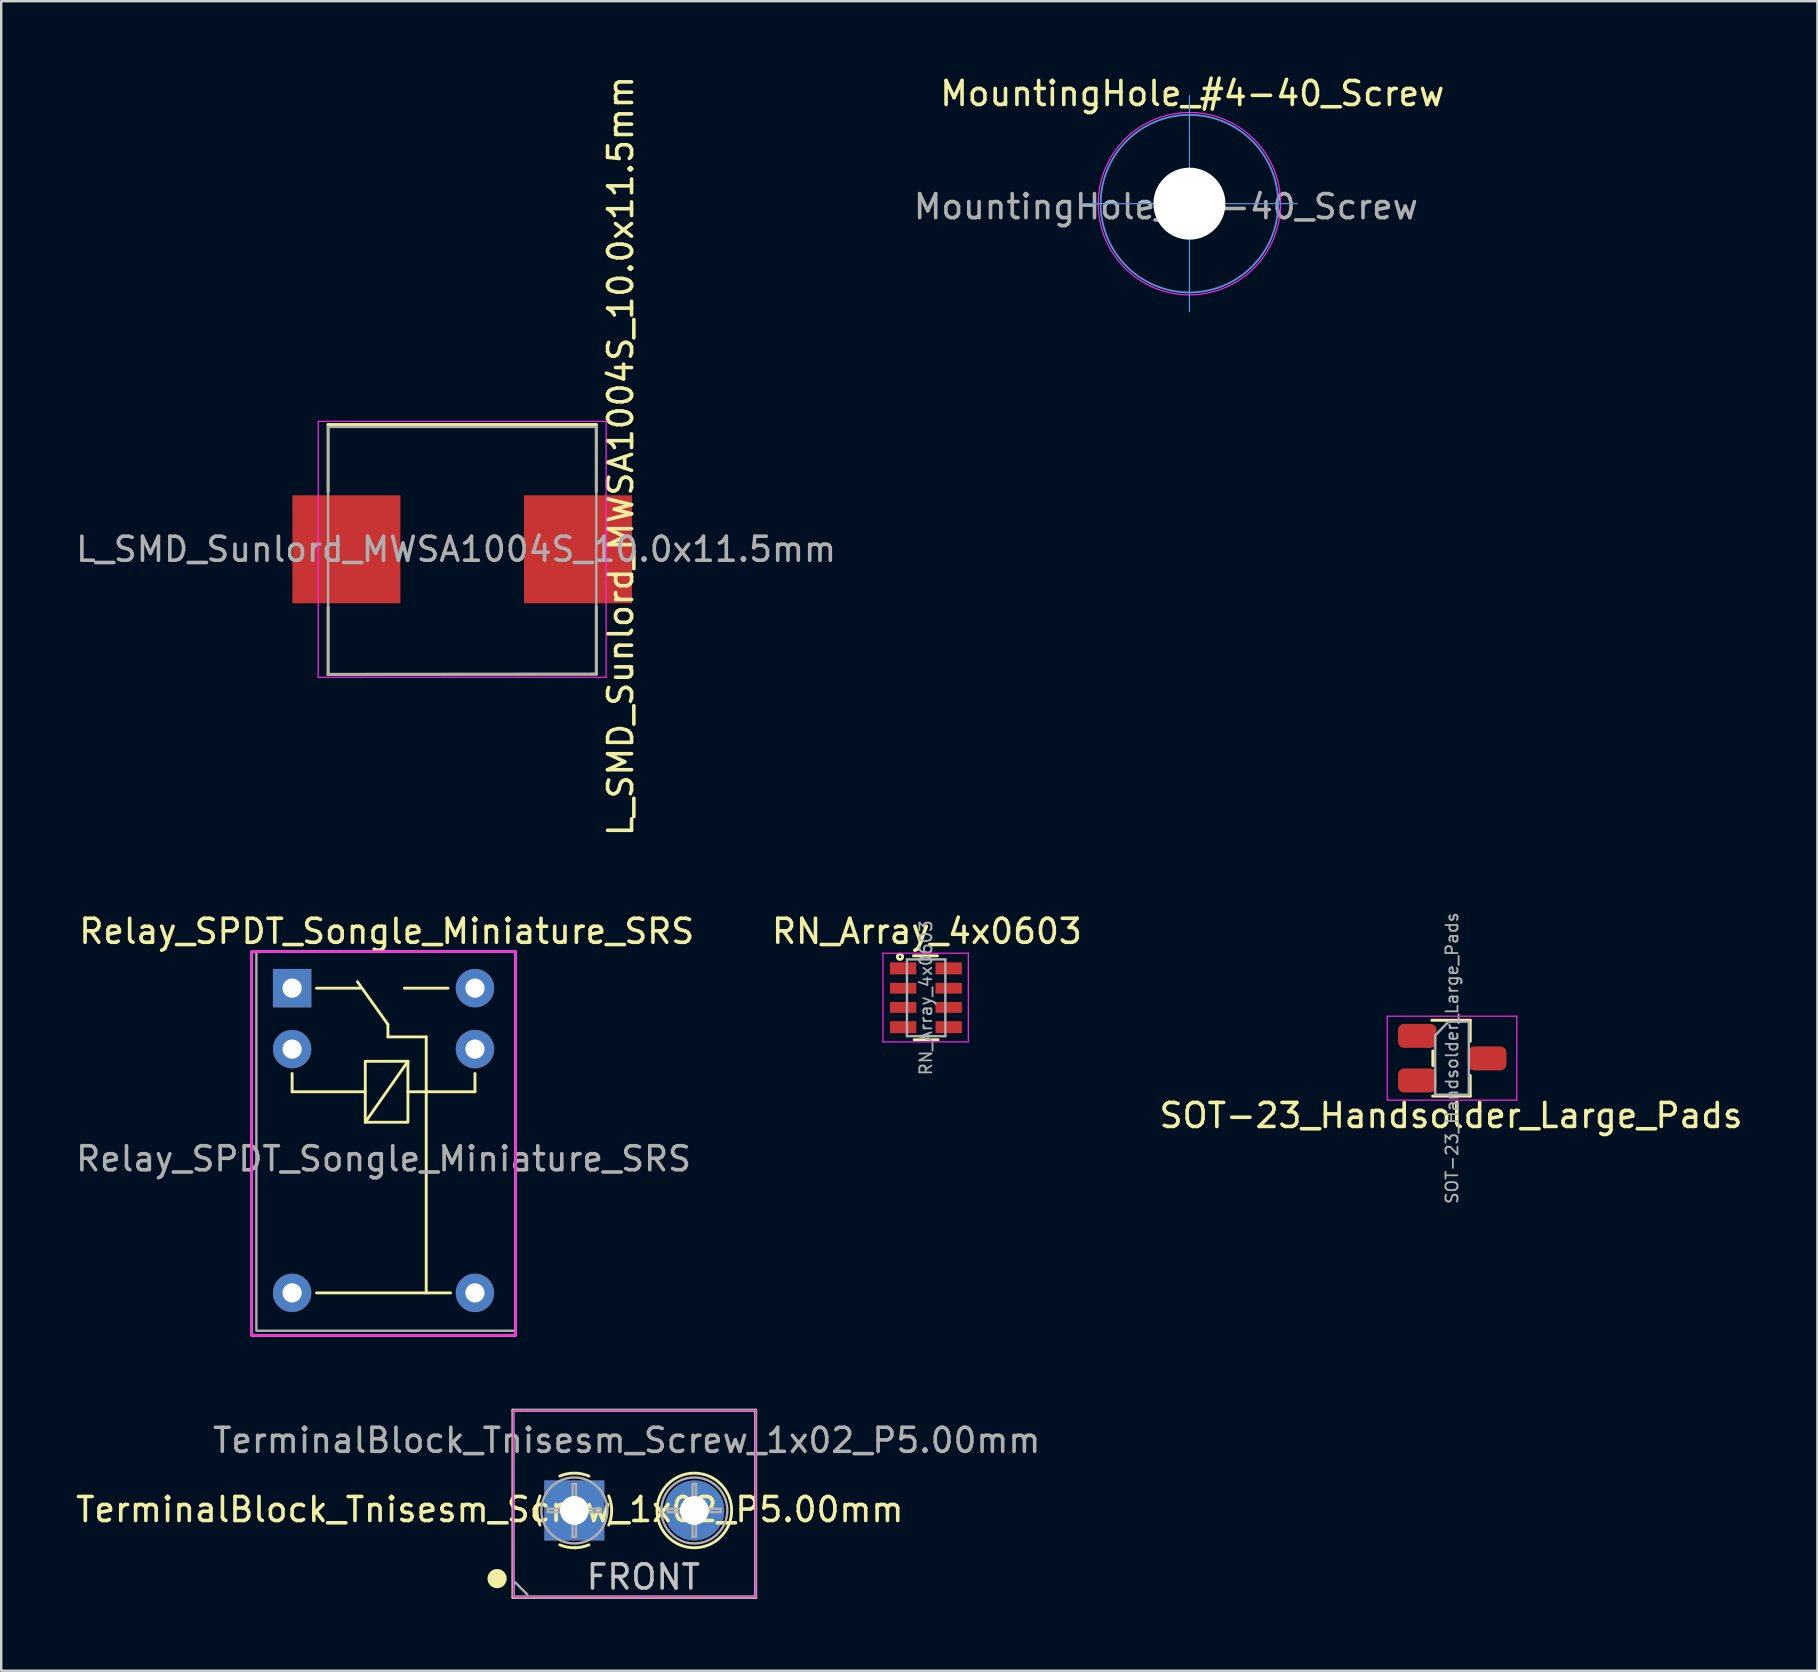
<source format=kicad_pcb>
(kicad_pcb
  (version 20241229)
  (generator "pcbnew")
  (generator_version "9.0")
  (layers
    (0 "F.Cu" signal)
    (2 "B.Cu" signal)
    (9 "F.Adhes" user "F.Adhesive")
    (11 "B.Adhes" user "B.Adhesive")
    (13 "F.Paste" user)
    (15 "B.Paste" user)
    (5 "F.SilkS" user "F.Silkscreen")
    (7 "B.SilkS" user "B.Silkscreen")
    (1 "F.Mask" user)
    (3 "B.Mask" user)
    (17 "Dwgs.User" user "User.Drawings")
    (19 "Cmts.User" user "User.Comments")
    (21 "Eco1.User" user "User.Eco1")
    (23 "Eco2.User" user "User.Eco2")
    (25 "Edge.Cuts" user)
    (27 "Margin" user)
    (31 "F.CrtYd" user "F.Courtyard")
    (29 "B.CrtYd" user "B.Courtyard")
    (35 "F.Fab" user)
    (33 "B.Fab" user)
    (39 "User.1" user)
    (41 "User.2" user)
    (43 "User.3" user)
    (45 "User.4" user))
  (footprint "RN_Array_4x0603"
    (layer "F.Cu")
    (at 35.529 38.525)
    (property "Reference" "RN_Array_4x0603" (at 0.05 -2.76 0) (layer "F.SilkS") (effects (font (size 1 1) (thickness 0.15))))
    (attr smd)
    (fp_line (start -0.51 -1.74) (end 0.49 -1.74) (stroke (width 0.12) (type solid)) (layer "F.SilkS"))
    (fp_line (start -0.48 1.76) (end 0.52 1.76) (stroke (width 0.12) (type solid)) (layer "F.SilkS"))
    (fp_circle (center -1.07 -1.7) (end -1.08 -1.65) (stroke (width 0.12) (type solid)) (fill no) (layer "F.SilkS"))
    (fp_line (start -1.778 1.85) (end -1.778 -1.85) (stroke (width 0.05) (type solid)) (layer "F.CrtYd"))
    (fp_line (start -1.778 1.85) (end 1.778 1.85) (stroke (width 0.05) (type solid)) (layer "F.CrtYd"))
    (fp_line (start 1.778 -1.85) (end -1.778 -1.85) (stroke (width 0.05) (type solid)) (layer "F.CrtYd"))
    (fp_line (start 1.778 -1.85) (end 1.778 1.85) (stroke (width 0.05) (type solid)) (layer "F.CrtYd"))
    (fp_line (start -0.78 -1.59) (end -0.78 1.61) (stroke (width 0.1) (type solid)) (layer "F.Fab"))
    (fp_line (start -0.78 1.61) (end 0.82 1.61) (stroke (width 0.1) (type solid)) (layer "F.Fab"))
    (fp_line (start 0.82 -1.59) (end -0.78 -1.59) (stroke (width 0.1) (type solid)) (layer "F.Fab"))
    (fp_line (start 0.82 1.61) (end 0.82 -1.59) (stroke (width 0.1) (type solid)) (layer "F.Fab"))
    (fp_text user "${REFERENCE}" (at 0.01 0.01 270) (layer "F.Fab") (effects (font (size 0.5 0.5) (thickness 0.075))))
    (pad "1" smd rect (at -0.94 -1.215) (size 1.1 0.5) (layers "F.Cu" "F.Mask" "F.Paste"))
    (pad "2" smd rect (at -0.94 -0.39) (size 1.1 0.45) (layers "F.Cu" "F.Mask" "F.Paste"))
    (pad "3" smd rect (at -0.94 0.41) (size 1.1 0.45) (layers "F.Cu" "F.Mask" "F.Paste"))
    (pad "4" smd rect (at -0.94 1.235) (size 1.1 0.5) (layers "F.Cu" "F.Mask" "F.Paste"))
    (pad "5" smd rect (at 0.96 1.235) (size 1.1 0.5) (layers "F.Cu" "F.Mask" "F.Paste"))
    (pad "6" smd rect (at 0.96 0.41) (size 1.1 0.45) (layers "F.Cu" "F.Mask" "F.Paste"))
    (pad "7" smd rect (at 0.96 -0.39) (size 1.1 0.45) (layers "F.Cu" "F.Mask" "F.Paste"))
    (pad "8" smd rect (at 0.96 -1.215) (size 1.1 0.5) (layers "F.Cu" "F.Mask" "F.Paste")))
  (footprint "Relay_SPDT_Songle_Miniature_SRS"
    (layer "F.Cu")
    (at 9.125 38.133)
    (property "Reference" "Relay_SPDT_Songle_Miniature_SRS" (at 3.943 -2.368 180) (layer "F.SilkS") (effects (font (size 1 1) (thickness 0.15))))
    (attr through_hole)
    (fp_line (start 0 4.318) (end 0 3.556) (stroke (width 0.12) (type default)) (layer "F.SilkS"))
    (fp_line (start 1.016 0) (end 2.834 0) (stroke (width 0.12) (type solid)) (layer "F.SilkS"))
    (fp_line (start 1.016 12.7) (end 6.604 12.7) (stroke (width 0.12) (type default)) (layer "F.SilkS"))
    (fp_line (start 3.048 4.318) (end 0 4.318) (stroke (width 0.12) (type default)) (layer "F.SilkS"))
    (fp_line (start 3.992 1.512) (end 2.722 -0.266) (stroke (width 0.12) (type solid)) (layer "F.SilkS"))
    (fp_line (start 3.992 2.032) (end 3.992 1.524) (stroke (width 0.12) (type solid)) (layer "F.SilkS"))
    (fp_line (start 3.992 2.032) (end 5.588 2.032) (stroke (width 0.12) (type solid)) (layer "F.SilkS"))
    (fp_line (start 4.679 0) (end 6.497 0) (stroke (width 0.12) (type solid)) (layer "F.SilkS"))
    (fp_line (start 4.826 3.048) (end 3.048 5.588) (stroke (width 0.12) (type default)) (layer "F.SilkS"))
    (fp_line (start 4.826 4.318) (end 7.62 4.318) (stroke (width 0.12) (type default)) (layer "F.SilkS"))
    (fp_line (start 5.588 2.032) (end 5.588 12.7) (stroke (width 0.12) (type default)) (layer "F.SilkS"))
    (fp_line (start 7.62 4.318) (end 7.62 3.556) (stroke (width 0.12) (type default)) (layer "F.SilkS"))
    (fp_rect (start -1.69 -1.522) (end 9.31 14.478) (stroke (width 0.1) (type default)) (fill no) (layer "F.SilkS"))
    (fp_rect (start 3.048 3.048) (end 4.826 5.588) (stroke (width 0.12) (type default)) (fill no) (layer "F.SilkS"))
    (fp_rect (start -1.69 -1.522) (end 9.31 14.478) (stroke (width 0.1) (type default)) (fill no) (layer "F.CrtYd"))
    (fp_rect (start -1.49 -1.522) (end 9.31 14.278) (stroke (width 0.1) (type default)) (fill no) (layer "F.Fab"))
    (fp_text user "${REFERENCE}" (at 3.81 7.112 180) (layer "F.Fab") (effects (font (size 1 1) (thickness 0.15))))
    (pad "1" thru_hole rect (at 0 0) (size 1.6 1.6) (drill 0.8) (layers "*.Cu" "*.Mask"))
    (pad "2" thru_hole oval (at 0 2.54) (size 1.6 1.6) (drill 0.8) (layers "*.Cu" "*.Mask"))
    (pad "5" thru_hole oval (at 0 12.7) (size 1.6 1.6) (drill 0.8) (layers "*.Cu" "*.Mask"))
    (pad "6" thru_hole oval (at 7.62 12.7) (size 1.6 1.6) (drill 0.8) (layers "*.Cu" "*.Mask"))
    (pad "9" thru_hole oval (at 7.62 2.54) (size 1.6 1.6) (drill 0.8) (layers "*.Cu" "*.Mask"))
    (pad "10" thru_hole oval (at 7.62 0) (size 1.6 1.6) (drill 0.8) (layers "*.Cu" "*.Mask")))
  (footprint "MountingHole_#4-40_Screw"
    (layer "F.Cu")
    (at 46.521 5.438)
    (property "Reference" "MountingHole_#4-40_Screw" (at 0.12 -4.59 0) (layer "F.SilkS") (effects (font (size 1 1) (thickness 0.15))))
    (attr exclude_from_pos_files)
    (fp_line (start -4.5 0) (end 4.5 0) (stroke (width 0.05) (type solid)) (layer "Cmts.User"))
    (fp_line (start 0 -4.5) (end 0 4.5) (stroke (width 0.05) (type solid)) (layer "Cmts.User"))
    (fp_circle (center 0 0) (end 3.7 0) (stroke (width 0.075) (type solid)) (fill no) (layer "Cmts.User"))
    (fp_circle (center 0 0) (end 3.8 0) (stroke (width 0.05) (type solid)) (fill no) (layer "F.CrtYd"))
    (fp_text user "${REFERENCE}" (at -0.98 0.127 0) (layer "F.Fab") (effects (font (size 1 1) (thickness 0.15))))
    (pad "" np_thru_hole circle (at 0 0) (size 3 3) (drill 3) (layers "*.Cu" "*.Mask")))
  (footprint "SOT-23_Handsolder_Large_Pads"
    (layer "F.Cu")
    (at 57.465 41.051)
    (property "Reference" "SOT-23_Handsolder_Large_Pads" (at -0.04 2.39 180) (layer "F.SilkS") (effects (font (size 1 1) (thickness 0.15))))
    (attr smd)
    (fp_line (start -0.8 -0.3) (end -0.8 0.31) (stroke (width 0.12) (type solid)) (layer "F.SilkS"))
    (fp_line (start 0.76 -1.58) (end -0.84 -1.58) (stroke (width 0.12) (type solid)) (layer "F.SilkS"))
    (fp_line (start 0.76 -1.58) (end 0.76 -0.7) (stroke (width 0.12) (type solid)) (layer "F.SilkS"))
    (fp_line (start 0.76 1.58) (end -0.81 1.58) (stroke (width 0.12) (type solid)) (layer "F.SilkS"))
    (fp_line (start 0.76 1.58) (end 0.76 0.72) (stroke (width 0.12) (type solid)) (layer "F.SilkS"))
    (fp_line (start -2.7 -1.75) (end 2.7 -1.75) (stroke (width 0.05) (type solid)) (layer "F.CrtYd"))
    (fp_line (start -2.7 1.75) (end -2.7 -1.75) (stroke (width 0.05) (type solid)) (layer "F.CrtYd"))
    (fp_line (start 2.7 -1.75) (end 2.7 1.75) (stroke (width 0.05) (type solid)) (layer "F.CrtYd"))
    (fp_line (start 2.7 1.75) (end -2.7 1.75) (stroke (width 0.05) (type solid)) (layer "F.CrtYd"))
    (fp_line (start -0.7 -0.95) (end -0.7 1.5) (stroke (width 0.1) (type solid)) (layer "F.Fab"))
    (fp_line (start -0.7 -0.95) (end -0.15 -1.52) (stroke (width 0.1) (type solid)) (layer "F.Fab"))
    (fp_line (start -0.7 1.52) (end 0.7 1.52) (stroke (width 0.1) (type solid)) (layer "F.Fab"))
    (fp_line (start -0.15 -1.52) (end 0.7 -1.52) (stroke (width 0.1) (type solid)) (layer "F.Fab"))
    (fp_line (start 0.7 -1.52) (end 0.7 1.52) (stroke (width 0.1) (type solid)) (layer "F.Fab"))
    (fp_text user "${REFERENCE}" (at 0 0 270) (layer "F.Fab") (effects (font (size 0.5 0.5) (thickness 0.075))))
    (pad "1" smd roundrect (at -1.45 -0.93) (size 1.6 1) (layers "F.Cu" "F.Mask" "F.Paste") (roundrect_rratio 0.25))
    (pad "2" smd roundrect (at -1.45 0.93) (size 1.6 1) (layers "F.Cu" "F.Mask" "F.Paste") (roundrect_rratio 0.25))
    (pad "3" smd roundrect (at 1.47 0.01) (size 1.6 1) (layers "F.Cu" "F.Mask" "F.Paste") (roundrect_rratio 0.25)))
  (footprint "L_SMD_Sunlord_MWSA1004S_10.0x11.5mm"
    (layer "F.Cu")
    (at 16.212 19.843)
    (property "Reference" "L_SMD_Sunlord_MWSA1004S_10.0x11.5mm" (at 6.604 -3.885 270) (layer "F.SilkS") (effects (font (size 1 1) (thickness 0.15))))
    (attr smd)
    (fp_line (start -5.588 -5.2) (end 5.588 -5.2) (stroke (width 0.12) (type solid)) (layer "F.SilkS"))
    (fp_line (start -5.588 -2.4) (end -5.588 -5.2) (stroke (width 0.12) (type solid)) (layer "F.SilkS"))
    (fp_line (start -5.588 2.41) (end -5.588 5.21) (stroke (width 0.12) (type solid)) (layer "F.SilkS"))
    (fp_line (start -5.588 5.21) (end 5.588 5.2) (stroke (width 0.12) (type solid)) (layer "F.SilkS"))
    (fp_line (start 5.588 -5.2) (end 5.588 -2.4) (stroke (width 0.12) (type solid)) (layer "F.SilkS"))
    (fp_line (start 5.588 5.2) (end 5.588 2.4) (stroke (width 0.12) (type solid)) (layer "F.SilkS"))
    (fp_line (start -6 -5.334) (end -6 5.334) (stroke (width 0.05) (type solid)) (layer "F.CrtYd"))
    (fp_line (start -6 5.334) (end 6 5.334) (stroke (width 0.05) (type solid)) (layer "F.CrtYd"))
    (fp_line (start 6 -5.334) (end -6 -5.334) (stroke (width 0.05) (type solid)) (layer "F.CrtYd"))
    (fp_line (start 6 5.334) (end 6 -5.334) (stroke (width 0.05) (type solid)) (layer "F.CrtYd"))
    (fp_line (start -5.588 -5.08) (end -5.588 5.205) (stroke (width 0.1) (type solid)) (layer "F.Fab"))
    (fp_line (start -5.588 5.205) (end 5.588 5.205) (stroke (width 0.1) (type solid)) (layer "F.Fab"))
    (fp_line (start 5.588 -5.1) (end -5.588 -5.1) (stroke (width 0.1) (type solid)) (layer "F.Fab"))
    (fp_line (start 5.588 5.205) (end 5.588 -5.08) (stroke (width 0.1) (type solid)) (layer "F.Fab"))
    (fp_text user "${REFERENCE}" (at -0.254 0 180) (layer "F.Fab") (effects (font (size 1 1) (thickness 0.15))))
    (pad "1" smd rect (at -4.826 0) (size 4.5 4.5) (layers "F.Cu" "F.Mask" "F.Paste"))
    (pad "2" smd rect (at 4.826 0) (size 4.5 4.5) (layers "F.Cu" "F.Mask" "F.Paste")))
  (footprint "TerminalBlock_Tnisesm_Screw_1x02_P5.00mm"
    (layer "F.Cu")
    (at 20.887 59.901)
    (property "Reference" "TerminalBlock_Tnisesm_Screw_1x02_P5.00mm" (at -3.524 -0.037 180) (layer "F.SilkS") (effects (font (size 1 1) (thickness 0.15))))
    (attr through_hole)
    (fp_line (start -2.56 -4.18) (end -2.56 3.62) (stroke (width 0.12) (type solid)) (layer "F.SilkS"))
    (fp_line (start -2.56 -4.18) (end 7.56 -4.18) (stroke (width 0.12) (type solid)) (layer "F.SilkS"))
    (fp_line (start -2.56 3.62) (end 7.56 3.62) (stroke (width 0.12) (type solid)) (layer "F.SilkS"))
    (fp_line (start 7.56 -4.18) (end 7.56 3.62) (stroke (width 0.12) (type solid)) (layer "F.SilkS"))
    (fp_arc (start -1.432108 0.607742) (mid -1.555724 -0.00014) (end -1.432 -0.608) (stroke (width 0.12) (type solid)) (layer "F.SilkS"))
    (fp_arc (start -0.607742 -1.432108) (mid 0.00014 -1.555726) (end 0.608 -1.432) (stroke (width 0.12) (type solid)) (layer "F.SilkS"))
    (fp_arc (start 0.027011 1.555493) (mid -0.296984 1.527118) (end -0.608 1.432) (stroke (width 0.12) (type solid)) (layer "F.SilkS"))
    (fp_arc (start 0.607587 1.431385) (mid 0.310017 1.523783) (end 0 1.555) (stroke (width 0.12) (type solid)) (layer "F.SilkS"))
    (fp_arc (start 1.432108 -0.607742) (mid 1.555726 0.00014) (end 1.432 0.608) (stroke (width 0.12) (type solid)) (layer "F.SilkS"))
    (fp_circle (center -3.22 2.84) (end -3.02 2.84) (stroke (width 0.4) (type solid)) (fill no) (layer "F.SilkS"))
    (fp_circle (center 5 0) (end 6.555 0) (stroke (width 0.12) (type solid)) (fill no) (layer "F.SilkS"))
    (fp_line (start -2.54 -4.17) (end -2.54 3.6) (stroke (width 0.05) (type solid)) (layer "F.CrtYd"))
    (fp_line (start -2.54 3.6) (end 7.56 3.6) (stroke (width 0.05) (type solid)) (layer "F.CrtYd"))
    (fp_line (start 7.56 -4.17) (end -2.54 -4.17) (stroke (width 0.05) (type solid)) (layer "F.CrtYd"))
    (fp_line (start 7.56 3.6) (end 7.56 -4.17) (stroke (width 0.05) (type solid)) (layer "F.CrtYd"))
    (fp_line (start -2.54 3.59) (end -2.55 -4.17) (stroke (width 0.1) (type solid)) (layer "F.Fab"))
    (fp_line (start -2.54 3.59) (end 7.56 3.59) (stroke (width 0.1) (type solid)) (layer "F.Fab"))
    (fp_line (start -2.49 -4.17) (end 7.56 -4.17) (stroke (width 0.1) (type solid)) (layer "F.Fab"))
    (fp_line (start -1.96 3.5) (end -2.46 3) (stroke (width 0.1) (type solid)) (layer "F.Fab"))
    (fp_line (start -1.1 -0.069) (end -0.069 -0.069) (stroke (width 0.1) (type solid)) (layer "F.Fab"))
    (fp_line (start -1.1 0.069) (end -1.1 -0.069) (stroke (width 0.1) (type solid)) (layer "F.Fab"))
    (fp_line (start -0.069 -1.1) (end 0.069 -1.1) (stroke (width 0.1) (type solid)) (layer "F.Fab"))
    (fp_line (start -0.069 -0.069) (end -0.069 -1.1) (stroke (width 0.1) (type solid)) (layer "F.Fab"))
    (fp_line (start -0.069 0.069) (end -1.1 0.069) (stroke (width 0.1) (type solid)) (layer "F.Fab"))
    (fp_line (start -0.069 1.1) (end -0.069 0.069) (stroke (width 0.1) (type solid)) (layer "F.Fab"))
    (fp_line (start 0.069 -1.1) (end 0.069 -0.069) (stroke (width 0.1) (type solid)) (layer "F.Fab"))
    (fp_line (start 0.069 -0.069) (end 1.1 -0.069) (stroke (width 0.1) (type solid)) (layer "F.Fab"))
    (fp_line (start 0.069 0.069) (end 0.069 1.1) (stroke (width 0.1) (type solid)) (layer "F.Fab"))
    (fp_line (start 0.069 1.1) (end -0.069 1.1) (stroke (width 0.1) (type solid)) (layer "F.Fab"))
    (fp_line (start 1.1 -0.069) (end 1.1 0.069) (stroke (width 0.1) (type solid)) (layer "F.Fab"))
    (fp_line (start 1.1 0.069) (end 0.069 0.069) (stroke (width 0.1) (type solid)) (layer "F.Fab"))
    (fp_line (start 3.9 -0.069) (end 4.931 -0.069) (stroke (width 0.1) (type solid)) (layer "F.Fab"))
    (fp_line (start 3.9 0.069) (end 3.9 -0.069) (stroke (width 0.1) (type solid)) (layer "F.Fab"))
    (fp_line (start 4.931 -1.1) (end 5.069 -1.1) (stroke (width 0.1) (type solid)) (layer "F.Fab"))
    (fp_line (start 4.931 -0.069) (end 4.931 -1.1) (stroke (width 0.1) (type solid)) (layer "F.Fab"))
    (fp_line (start 4.931 0.069) (end 3.9 0.069) (stroke (width 0.1) (type solid)) (layer "F.Fab"))
    (fp_line (start 4.931 1.1) (end 4.931 0.069) (stroke (width 0.1) (type solid)) (layer "F.Fab"))
    (fp_line (start 5.069 -1.1) (end 5.069 -0.069) (stroke (width 0.1) (type solid)) (layer "F.Fab"))
    (fp_line (start 5.069 -0.069) (end 6.1 -0.069) (stroke (width 0.1) (type solid)) (layer "F.Fab"))
    (fp_line (start 5.069 0.069) (end 5.069 1.1) (stroke (width 0.1) (type solid)) (layer "F.Fab"))
    (fp_line (start 5.069 1.1) (end 4.931 1.1) (stroke (width 0.1) (type solid)) (layer "F.Fab"))
    (fp_line (start 6.1 -0.069) (end 6.1 0.069) (stroke (width 0.1) (type solid)) (layer "F.Fab"))
    (fp_line (start 6.1 0.069) (end 5.069 0.069) (stroke (width 0.1) (type solid)) (layer "F.Fab"))
    (fp_line (start 7.56 -4.17) (end 7.56 3.59) (stroke (width 0.1) (type solid)) (layer "F.Fab"))
    (fp_circle (center 0 0) (end 1.375 0) (stroke (width 0.1) (type solid)) (fill no) (layer "F.Fab"))
    (fp_circle (center 5 0) (end 6.375 0) (stroke (width 0.1) (type solid)) (fill no) (layer "F.Fab"))
    (fp_text user "FRONT" (at 0.42 3.36 0) (unlocked yes) (layer "Dwgs.User") (effects (font (size 1 1) (thickness 0.15)) (justify left bottom)))
    (fp_text user "${REFERENCE}" (at 2.184 -2.921 180) (layer "F.Fab") (effects (font (size 1 1) (thickness 0.15))))
    (pad "1" thru_hole rect (at 0 0) (size 2.5 2.5) (drill 1.2) (layers "*.Cu" "*.Mask"))
    (pad "2" thru_hole circle (at 5 0) (size 2.5 2.5) (drill 1.2) (layers "*.Cu" "*.Mask")))
  (gr_rect
    (start -3 -3)
    (end 72.693 66.581)
    (stroke (width 0.1) (type default))
    (fill no)
    (layer "Edge.Cuts")))
</source>
